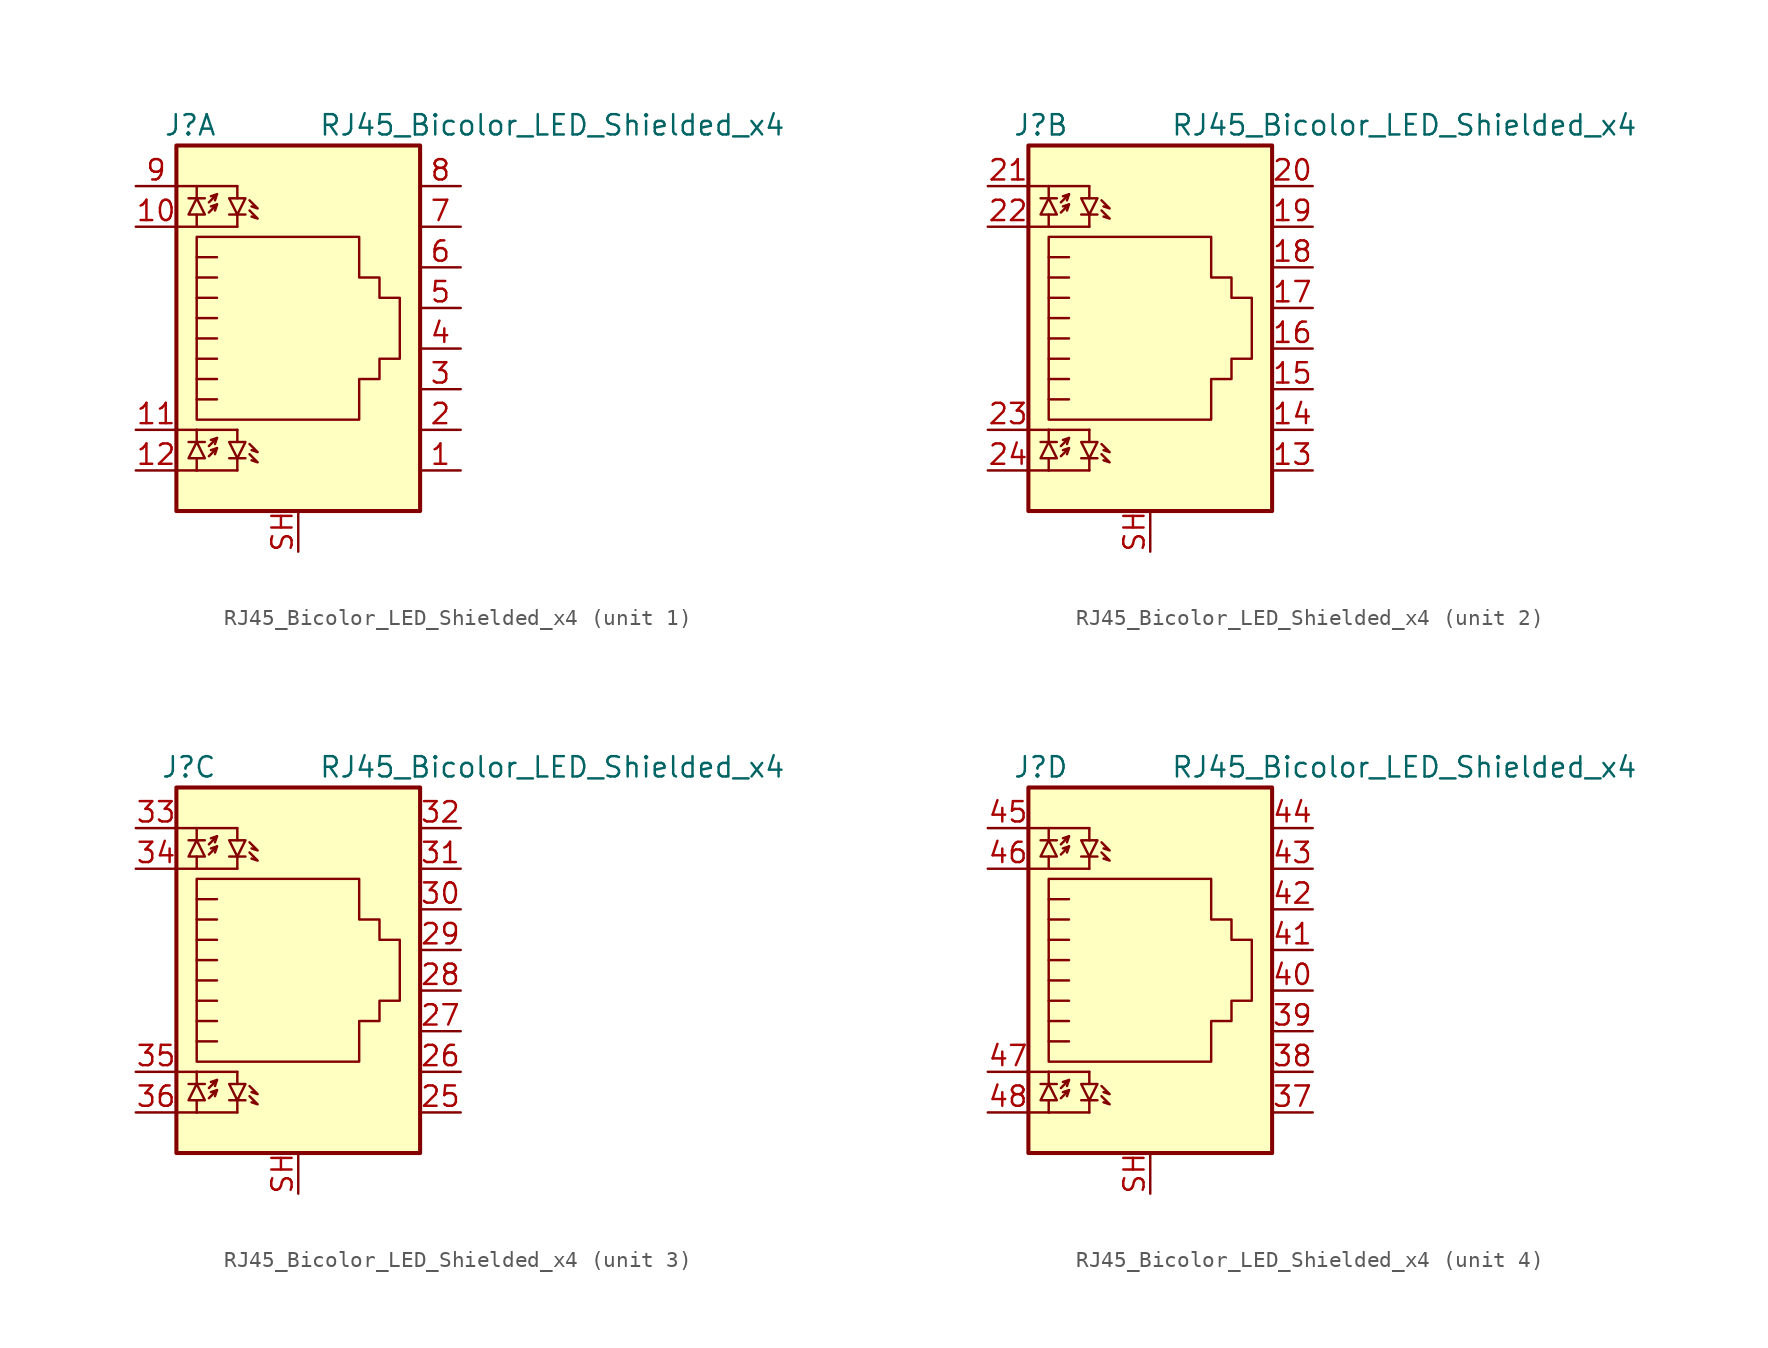
<source format=kicad_sym>
(kicad_symbol_lib
  (version 20241209)
  (generator "kicad_symbol_editor")
  (generator_version "9.0")
  (symbol "RJ45_Bicolor_LED_Shielded_x4"
    (property "Reference" "J"
      (at -5.08 13.97 0)
      (effects (font (size 1.27 1.27)) (justify right)))
    (property "Value" "RJ45_Bicolor_LED_Shielded_x4"
      (at 1.27 13.97 0)
      (effects (font (size 1.27 1.27)) (justify left)))
    (symbol "RJ45_Bicolor_LED_Shielded_x4_0_1"
      (rectangle (start -7.62 12.7) (end 7.62 -10.16) (stroke (width 0.254) (type default)) (fill (type background)))
      (polyline (pts (xy -7.62 10.16) (xy -6.35 10.16)) (stroke (width 0) (type default)) (fill (type none)))
      (polyline (pts (xy -7.62 7.62) (xy -6.35 7.62)) (stroke (width 0) (type default)) (fill (type none)))
      (polyline (pts (xy -7.62 -5.08) (xy -6.35 -5.08)) (stroke (width 0) (type default)) (fill (type none)))
      (polyline (pts (xy -7.62 -7.62) (xy -6.35 -7.62)) (stroke (width 0) (type default)) (fill (type none)))
      (polyline (pts (xy -6.858 9.398) (xy -5.842 9.398)) (stroke (width 0) (type default)) (fill (type none)))
      (polyline (pts (xy -6.858 -5.842) (xy -5.842 -5.842)) (stroke (width 0) (type default)) (fill (type none)))
      (polyline (pts (xy -6.35 10.16) (xy -6.35 9.398)) (stroke (width 0) (type default)) (fill (type none)))
      (polyline (pts (xy -6.35 10.16) (xy -3.81 10.16)) (stroke (width 0) (type default)) (fill (type none)))
      (polyline (pts (xy -6.35 9.398) (xy -6.858 8.382) (xy -5.842 8.382) (xy -6.35 9.398)) (stroke (width 0) (type default)) (fill (type none)))
      (polyline (pts (xy -6.35 7.62) (xy -6.35 8.382)) (stroke (width 0) (type default)) (fill (type none)))
      (polyline (pts (xy -6.35 7.62) (xy -3.81 7.62)) (stroke (width 0) (type default)) (fill (type none)))
      (polyline (pts (xy -6.35 1.905) (xy -5.08 1.905) (xy -5.08 1.905)) (stroke (width 0) (type default)) (fill (type none)))
      (polyline (pts (xy -6.35 0.635) (xy -5.08 0.635) (xy -5.08 0.635)) (stroke (width 0) (type default)) (fill (type none)))
      (polyline (pts (xy -6.35 -0.635) (xy -5.08 -0.635) (xy -5.08 -0.635)) (stroke (width 0) (type default)) (fill (type none)))
      (polyline (pts (xy -6.35 -1.905) (xy -5.08 -1.905) (xy -5.08 -1.905)) (stroke (width 0) (type default)) (fill (type none)))
      (polyline (pts (xy -6.35 -3.175) (xy -5.08 -3.175) (xy -5.08 -3.175)) (stroke (width 0) (type default)) (fill (type none)))
      (polyline (pts (xy -6.35 -4.445) (xy -6.35 6.985) (xy 3.81 6.985) (xy 3.81 4.445) (xy 5.08 4.445) (xy 5.08 3.175) (xy 6.35 3.175) (xy 6.35 -0.635) (xy 5.08 -0.635) (xy 5.08 -1.905) (xy 3.81 -1.905) (xy 3.81 -4.445) (xy -6.35 -4.445) (xy -6.35 -4.445)) (stroke (width 0) (type default)) (fill (type none)))
      (polyline (pts (xy -6.35 -5.08) (xy -6.35 -5.842)) (stroke (width 0) (type default)) (fill (type none)))
      (polyline (pts (xy -6.35 -5.08) (xy -3.81 -5.08)) (stroke (width 0) (type default)) (fill (type none)))
      (polyline (pts (xy -6.35 -5.842) (xy -6.858 -6.858) (xy -5.842 -6.858) (xy -6.35 -5.842)) (stroke (width 0) (type default)) (fill (type none)))
      (polyline (pts (xy -6.35 -7.62) (xy -6.35 -6.858)) (stroke (width 0) (type default)) (fill (type none)))
      (polyline (pts (xy -6.35 -7.62) (xy -3.81 -7.62)) (stroke (width 0) (type default)) (fill (type none)))
      (polyline (pts (xy -5.588 9.144) (xy -5.08 9.652) (xy -5.461 9.525)) (stroke (width 0) (type default)) (fill (type none)))
      (polyline (pts (xy -5.588 8.509) (xy -5.08 9.017) (xy -5.461 8.89)) (stroke (width 0) (type default)) (fill (type none)))
      (polyline (pts (xy -5.588 -6.096) (xy -5.08 -5.588) (xy -5.461 -5.715)) (stroke (width 0) (type default)) (fill (type none)))
      (polyline (pts (xy -5.588 -6.731) (xy -5.08 -6.223) (xy -5.461 -6.35)) (stroke (width 0) (type default)) (fill (type none)))
      (polyline (pts (xy -5.08 9.652) (xy -5.207 9.271)) (stroke (width 0) (type default)) (fill (type none)))
      (polyline (pts (xy -5.08 9.017) (xy -5.207 8.636)) (stroke (width 0) (type default)) (fill (type none)))
      (polyline (pts (xy -5.08 5.715) (xy -6.35 5.715)) (stroke (width 0) (type default)) (fill (type none)))
      (polyline (pts (xy -5.08 4.445) (xy -6.35 4.445)) (stroke (width 0) (type default)) (fill (type none)))
      (polyline (pts (xy -5.08 3.175) (xy -6.35 3.175) (xy -6.35 3.175)) (stroke (width 0) (type default)) (fill (type none)))
      (polyline (pts (xy -5.08 -5.588) (xy -5.207 -5.969)) (stroke (width 0) (type default)) (fill (type none)))
      (polyline (pts (xy -5.08 -6.223) (xy -5.207 -6.604)) (stroke (width 0) (type default)) (fill (type none)))
      (polyline (pts (xy -4.318 8.382) (xy -3.302 8.382)) (stroke (width 0) (type default)) (fill (type none)))
      (polyline (pts (xy -4.318 -6.858) (xy -3.302 -6.858)) (stroke (width 0) (type default)) (fill (type none)))
      (polyline (pts (xy -3.81 10.16) (xy -3.81 9.398)) (stroke (width 0) (type default)) (fill (type none)))
      (polyline (pts (xy -3.81 8.382) (xy -4.318 9.398) (xy -3.302 9.398) (xy -3.81 8.382)) (stroke (width 0) (type default)) (fill (type none)))
      (polyline (pts (xy -3.81 7.62) (xy -3.81 8.382)) (stroke (width 0) (type default)) (fill (type none)))
      (polyline (pts (xy -3.81 -5.08) (xy -3.81 -5.842)) (stroke (width 0) (type default)) (fill (type none)))
      (polyline (pts (xy -3.81 -6.858) (xy -4.318 -5.842) (xy -3.302 -5.842) (xy -3.81 -6.858)) (stroke (width 0) (type default)) (fill (type none)))
      (polyline (pts (xy -3.81 -7.62) (xy -3.81 -6.858)) (stroke (width 0) (type default)) (fill (type none)))
      (polyline (pts (xy -3.048 9.271) (xy -2.54 8.763) (xy -2.921 8.89)) (stroke (width 0) (type default)) (fill (type none)))
      (polyline (pts (xy -3.048 8.636) (xy -2.54 8.128) (xy -2.921 8.255)) (stroke (width 0) (type default)) (fill (type none)))
      (polyline (pts (xy -3.048 -5.969) (xy -2.54 -6.477) (xy -2.921 -6.35)) (stroke (width 0) (type default)) (fill (type none)))
      (polyline (pts (xy -3.048 -6.604) (xy -2.54 -7.112) (xy -2.921 -6.985)) (stroke (width 0) (type default)) (fill (type none))))
    (symbol "RJ45_Bicolor_LED_Shielded_x4_1_1"
      (pin passive line (at -10.16 10.16 0) (length 2.54) (name "~" (effects (font (size 1.27 1.27)))) (number "9" (effects (font (size 1.27 1.27)))))
      (pin passive line (at -10.16 7.62 0) (length 2.54) (name "~" (effects (font (size 1.27 1.27)))) (number "10" (effects (font (size 1.27 1.27)))))
      (pin passive line (at -10.16 -5.08 0) (length 2.54) (name "~" (effects (font (size 1.27 1.27)))) (number "11" (effects (font (size 1.27 1.27)))))
      (pin passive line (at -10.16 -7.62 0) (length 2.54) (name "~" (effects (font (size 1.27 1.27)))) (number "12" (effects (font (size 1.27 1.27)))))
      (pin passive line (at 0 -12.7 90) (length 2.54) (name "~" (effects (font (size 1.27 1.27)))) (number "SH" (effects (font (size 1.27 1.27)))))
      (pin passive line (at 10.16 10.16 180) (length 2.54) (name "~" (effects (font (size 1.27 1.27)))) (number "8" (effects (font (size 1.27 1.27)))))
      (pin passive line (at 10.16 7.62 180) (length 2.54) (name "~" (effects (font (size 1.27 1.27)))) (number "7" (effects (font (size 1.27 1.27)))))
      (pin passive line (at 10.16 5.08 180) (length 2.54) (name "~" (effects (font (size 1.27 1.27)))) (number "6" (effects (font (size 1.27 1.27)))))
      (pin passive line (at 10.16 2.54 180) (length 2.54) (name "~" (effects (font (size 1.27 1.27)))) (number "5" (effects (font (size 1.27 1.27)))))
      (pin passive line (at 10.16 0 180) (length 2.54) (name "~" (effects (font (size 1.27 1.27)))) (number "4" (effects (font (size 1.27 1.27)))))
      (pin passive line (at 10.16 -2.54 180) (length 2.54) (name "~" (effects (font (size 1.27 1.27)))) (number "3" (effects (font (size 1.27 1.27)))))
      (pin passive line (at 10.16 -5.08 180) (length 2.54) (name "~" (effects (font (size 1.27 1.27)))) (number "2" (effects (font (size 1.27 1.27)))))
      (pin passive line (at 10.16 -7.62 180) (length 2.54) (name "~" (effects (font (size 1.27 1.27)))) (number "1" (effects (font (size 1.27 1.27))))))
    (symbol "RJ45_Bicolor_LED_Shielded_x4_2_1"
      (pin passive line (at -10.16 10.16 0) (length 2.54) (name "~" (effects (font (size 1.27 1.27)))) (number "21" (effects (font (size 1.27 1.27)))))
      (pin passive line (at -10.16 7.62 0) (length 2.54) (name "~" (effects (font (size 1.27 1.27)))) (number "22" (effects (font (size 1.27 1.27)))))
      (pin passive line (at -10.16 -5.08 0) (length 2.54) (name "~" (effects (font (size 1.27 1.27)))) (number "23" (effects (font (size 1.27 1.27)))))
      (pin passive line (at -10.16 -7.62 0) (length 2.54) (name "~" (effects (font (size 1.27 1.27)))) (number "24" (effects (font (size 1.27 1.27)))))
      (pin passive line (at 0 -12.7 90) (length 2.54) (name "~" (effects (font (size 1.27 1.27)))) (number "SH" (effects (font (size 1.27 1.27)))))
      (pin passive line (at 10.16 10.16 180) (length 2.54) (name "~" (effects (font (size 1.27 1.27)))) (number "20" (effects (font (size 1.27 1.27)))))
      (pin passive line (at 10.16 7.62 180) (length 2.54) (name "~" (effects (font (size 1.27 1.27)))) (number "19" (effects (font (size 1.27 1.27)))))
      (pin passive line (at 10.16 5.08 180) (length 2.54) (name "~" (effects (font (size 1.27 1.27)))) (number "18" (effects (font (size 1.27 1.27)))))
      (pin passive line (at 10.16 2.54 180) (length 2.54) (name "~" (effects (font (size 1.27 1.27)))) (number "17" (effects (font (size 1.27 1.27)))))
      (pin passive line (at 10.16 0 180) (length 2.54) (name "~" (effects (font (size 1.27 1.27)))) (number "16" (effects (font (size 1.27 1.27)))))
      (pin passive line (at 10.16 -2.54 180) (length 2.54) (name "~" (effects (font (size 1.27 1.27)))) (number "15" (effects (font (size 1.27 1.27)))))
      (pin passive line (at 10.16 -5.08 180) (length 2.54) (name "~" (effects (font (size 1.27 1.27)))) (number "14" (effects (font (size 1.27 1.27)))))
      (pin passive line (at 10.16 -7.62 180) (length 2.54) (name "~" (effects (font (size 1.27 1.27)))) (number "13" (effects (font (size 1.27 1.27))))))
    (symbol "RJ45_Bicolor_LED_Shielded_x4_3_1"
      (pin passive line (at -10.16 10.16 0) (length 2.54) (name "~" (effects (font (size 1.27 1.27)))) (number "33" (effects (font (size 1.27 1.27)))))
      (pin passive line (at -10.16 7.62 0) (length 2.54) (name "~" (effects (font (size 1.27 1.27)))) (number "34" (effects (font (size 1.27 1.27)))))
      (pin passive line (at -10.16 -5.08 0) (length 2.54) (name "~" (effects (font (size 1.27 1.27)))) (number "35" (effects (font (size 1.27 1.27)))))
      (pin passive line (at -10.16 -7.62 0) (length 2.54) (name "~" (effects (font (size 1.27 1.27)))) (number "36" (effects (font (size 1.27 1.27)))))
      (pin passive line (at 0 -12.7 90) (length 2.54) (name "~" (effects (font (size 1.27 1.27)))) (number "SH" (effects (font (size 1.27 1.27)))))
      (pin passive line (at 10.16 10.16 180) (length 2.54) (name "~" (effects (font (size 1.27 1.27)))) (number "32" (effects (font (size 1.27 1.27)))))
      (pin passive line (at 10.16 7.62 180) (length 2.54) (name "~" (effects (font (size 1.27 1.27)))) (number "31" (effects (font (size 1.27 1.27)))))
      (pin passive line (at 10.16 5.08 180) (length 2.54) (name "~" (effects (font (size 1.27 1.27)))) (number "30" (effects (font (size 1.27 1.27)))))
      (pin passive line (at 10.16 2.54 180) (length 2.54) (name "~" (effects (font (size 1.27 1.27)))) (number "29" (effects (font (size 1.27 1.27)))))
      (pin passive line (at 10.16 0 180) (length 2.54) (name "~" (effects (font (size 1.27 1.27)))) (number "28" (effects (font (size 1.27 1.27)))))
      (pin passive line (at 10.16 -2.54 180) (length 2.54) (name "~" (effects (font (size 1.27 1.27)))) (number "27" (effects (font (size 1.27 1.27)))))
      (pin passive line (at 10.16 -5.08 180) (length 2.54) (name "~" (effects (font (size 1.27 1.27)))) (number "26" (effects (font (size 1.27 1.27)))))
      (pin passive line (at 10.16 -7.62 180) (length 2.54) (name "~" (effects (font (size 1.27 1.27)))) (number "25" (effects (font (size 1.27 1.27))))))
    (symbol "RJ45_Bicolor_LED_Shielded_x4_4_1"
      (pin passive line (at -10.16 10.16 0) (length 2.54) (name "~" (effects (font (size 1.27 1.27)))) (number "45" (effects (font (size 1.27 1.27)))))
      (pin passive line (at -10.16 7.62 0) (length 2.54) (name "~" (effects (font (size 1.27 1.27)))) (number "46" (effects (font (size 1.27 1.27)))))
      (pin passive line (at -10.16 -5.08 0) (length 2.54) (name "~" (effects (font (size 1.27 1.27)))) (number "47" (effects (font (size 1.27 1.27)))))
      (pin passive line (at -10.16 -7.62 0) (length 2.54) (name "~" (effects (font (size 1.27 1.27)))) (number "48" (effects (font (size 1.27 1.27)))))
      (pin passive line (at 0 -12.7 90) (length 2.54) (name "~" (effects (font (size 1.27 1.27)))) (number "SH" (effects (font (size 1.27 1.27)))))
      (pin passive line (at 10.16 10.16 180) (length 2.54) (name "~" (effects (font (size 1.27 1.27)))) (number "44" (effects (font (size 1.27 1.27)))))
      (pin passive line (at 10.16 7.62 180) (length 2.54) (name "~" (effects (font (size 1.27 1.27)))) (number "43" (effects (font (size 1.27 1.27)))))
      (pin passive line (at 10.16 5.08 180) (length 2.54) (name "~" (effects (font (size 1.27 1.27)))) (number "42" (effects (font (size 1.27 1.27)))))
      (pin passive line (at 10.16 2.54 180) (length 2.54) (name "~" (effects (font (size 1.27 1.27)))) (number "41" (effects (font (size 1.27 1.27)))))
      (pin passive line (at 10.16 0 180) (length 2.54) (name "~" (effects (font (size 1.27 1.27)))) (number "40" (effects (font (size 1.27 1.27)))))
      (pin passive line (at 10.16 -2.54 180) (length 2.54) (name "~" (effects (font (size 1.27 1.27)))) (number "39" (effects (font (size 1.27 1.27)))))
      (pin passive line (at 10.16 -5.08 180) (length 2.54) (name "~" (effects (font (size 1.27 1.27)))) (number "38" (effects (font (size 1.27 1.27)))))
      (pin passive line (at 10.16 -7.62 180) (length 2.54) (name "~" (effects (font (size 1.27 1.27)))) (number "37" (effects (font (size 1.27 1.27))))))))
</source>
